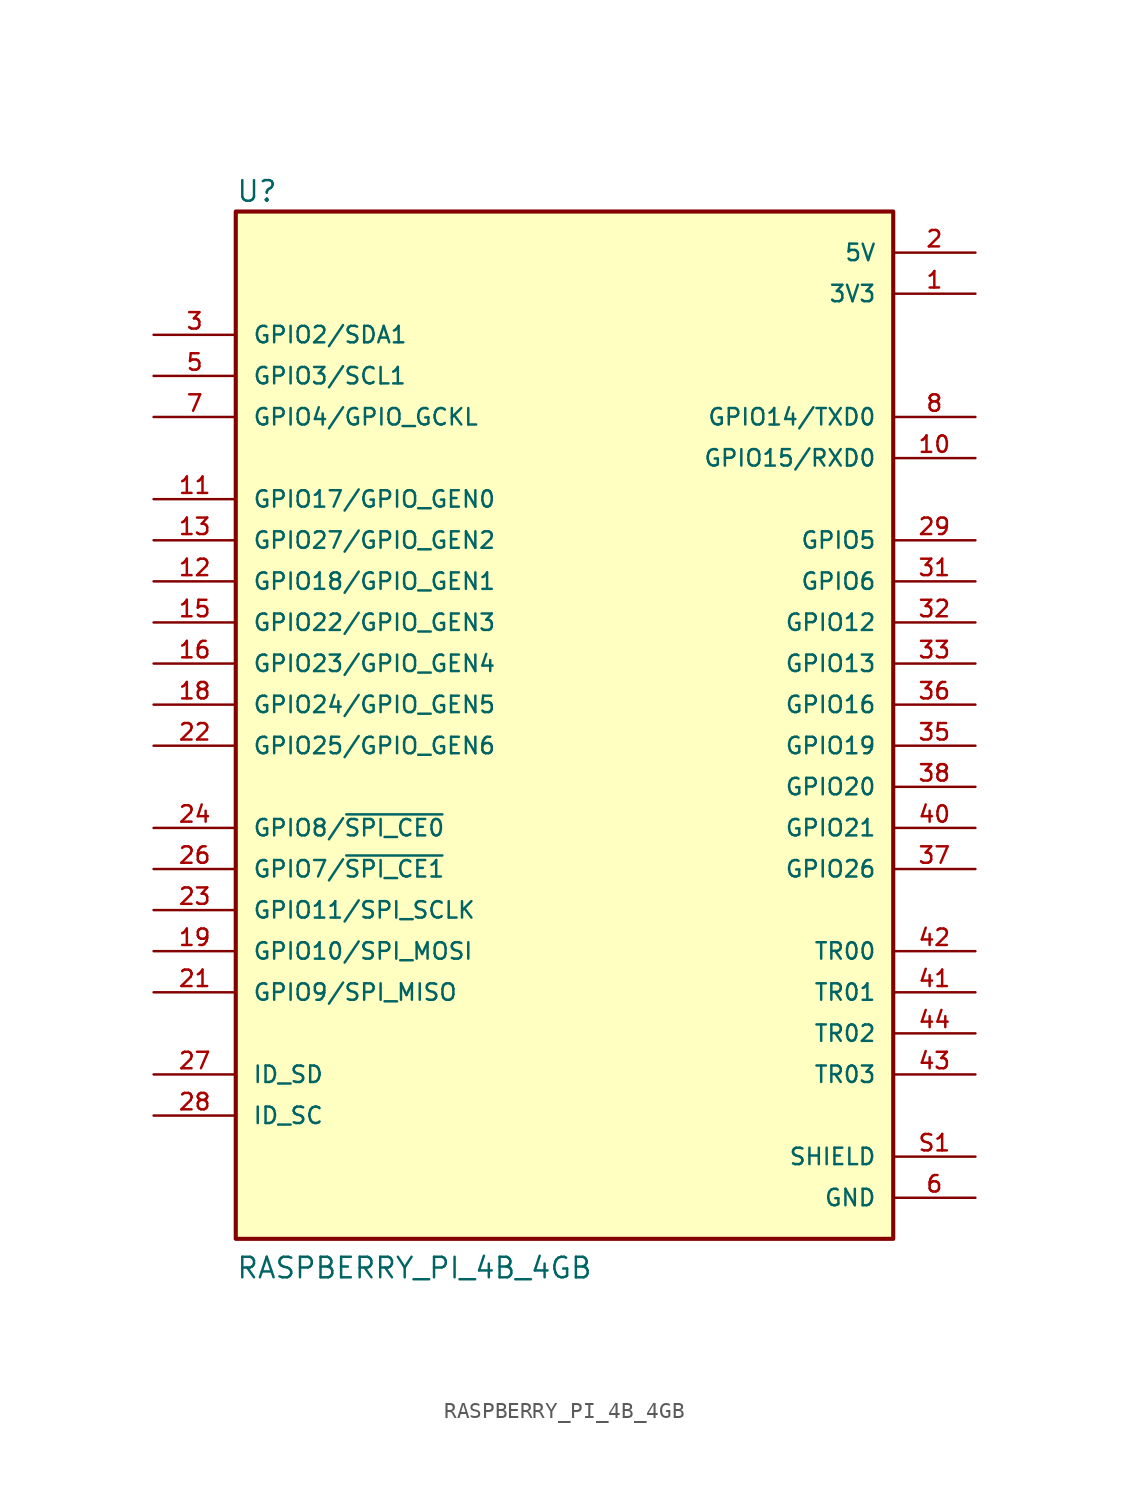
<source format=kicad_sym>
(kicad_symbol_lib
  (version 20211014)
  (generator kicad_symbol_editor)
  (symbol "RASPBERRY_PI_4B_4GB"
    (pin_names
      (offset 1.016))
    (property "Reference" "U"
      (at -20.32 33.528 0)
      (effects (font (size 1.27 1.27)) (justify bottom left)))
    (property "Value" "RASPBERRY_PI_4B_4GB"
      (at -20.32 -33.02 0)
      (effects (font (size 1.27 1.27)) (justify bottom left)))
    (symbol "RASPBERRY_PI_4B_4GB_0_0"
      (rectangle (start -20.32 -30.48) (end 20.32 33.02) (stroke (width 0.254)) (fill (type background)))
      (pin power_in line (at 25.4 30.48 180.0) (length 5.08) (name "5V" (effects (font (size 1.016 1.016)))) (number "2" (effects (font (size 1.016 1.016)))))
      (pin power_in line (at 25.4 30.48 180.0) (length 5.08) hide (name "5V" (effects (font (size 1.016 1.016)))) (number "4" (effects (font (size 1.016 1.016)))))
      (pin power_in line (at 25.4 27.94 180.0) (length 5.08) (name "3V3" (effects (font (size 1.016 1.016)))) (number "1" (effects (font (size 1.016 1.016)))))
      (pin power_in line (at 25.4 27.94 180.0) (length 5.08) hide (name "3V3" (effects (font (size 1.016 1.016)))) (number "17" (effects (font (size 1.016 1.016)))))
      (pin bidirectional line (at -25.4 25.4 0) (length 5.08) (name "GPIO2/SDA1" (effects (font (size 1.016 1.016)))) (number "3" (effects (font (size 1.016 1.016)))))
      (pin bidirectional line (at -25.4 22.86 0) (length 5.08) (name "GPIO3/SCL1" (effects (font (size 1.016 1.016)))) (number "5" (effects (font (size 1.016 1.016)))))
      (pin bidirectional line (at -25.4 20.32 0) (length 5.08) (name "GPIO4/GPIO_GCKL" (effects (font (size 1.016 1.016)))) (number "7" (effects (font (size 1.016 1.016)))))
      (pin bidirectional line (at 25.4 20.32 180.0) (length 5.08) (name "GPIO14/TXD0" (effects (font (size 1.016 1.016)))) (number "8" (effects (font (size 1.016 1.016)))))
      (pin power_in line (at 25.4 -27.94 180.0) (length 5.08) (name "GND" (effects (font (size 1.016 1.016)))) (number "6" (effects (font (size 1.016 1.016)))))
      (pin power_in line (at 25.4 -27.94 180.0) (length 5.08) hide (name "GND" (effects (font (size 1.016 1.016)))) (number "9" (effects (font (size 1.016 1.016)))))
      (pin power_in line (at 25.4 -27.94 180.0) (length 5.08) hide (name "GND" (effects (font (size 1.016 1.016)))) (number "14" (effects (font (size 1.016 1.016)))))
      (pin power_in line (at 25.4 -27.94 180.0) (length 5.08) hide (name "GND" (effects (font (size 1.016 1.016)))) (number "20" (effects (font (size 1.016 1.016)))))
      (pin power_in line (at 25.4 -27.94 180.0) (length 5.08) hide (name "GND" (effects (font (size 1.016 1.016)))) (number "25" (effects (font (size 1.016 1.016)))))
      (pin power_in line (at 25.4 -27.94 180.0) (length 5.08) hide (name "GND" (effects (font (size 1.016 1.016)))) (number "30" (effects (font (size 1.016 1.016)))))
      (pin power_in line (at 25.4 -27.94 180.0) (length 5.08) hide (name "GND" (effects (font (size 1.016 1.016)))) (number "34" (effects (font (size 1.016 1.016)))))
      (pin power_in line (at 25.4 -27.94 180.0) (length 5.08) hide (name "GND" (effects (font (size 1.016 1.016)))) (number "39" (effects (font (size 1.016 1.016)))))
      (pin bidirectional line (at 25.4 17.78 180.0) (length 5.08) (name "GPIO15/RXD0" (effects (font (size 1.016 1.016)))) (number "10" (effects (font (size 1.016 1.016)))))
      (pin bidirectional line (at -25.4 15.24 0) (length 5.08) (name "GPIO17/GPIO_GEN0" (effects (font (size 1.016 1.016)))) (number "11" (effects (font (size 1.016 1.016)))))
      (pin bidirectional line (at -25.4 10.16 0) (length 5.08) (name "GPIO18/GPIO_GEN1" (effects (font (size 1.016 1.016)))) (number "12" (effects (font (size 1.016 1.016)))))
      (pin bidirectional line (at -25.4 12.7 0) (length 5.08) (name "GPIO27/GPIO_GEN2" (effects (font (size 1.016 1.016)))) (number "13" (effects (font (size 1.016 1.016)))))
      (pin bidirectional line (at -25.4 7.62 0) (length 5.08) (name "GPIO22/GPIO_GEN3" (effects (font (size 1.016 1.016)))) (number "15" (effects (font (size 1.016 1.016)))))
      (pin bidirectional line (at -25.4 5.08 0) (length 5.08) (name "GPIO23/GPIO_GEN4" (effects (font (size 1.016 1.016)))) (number "16" (effects (font (size 1.016 1.016)))))
      (pin bidirectional line (at -25.4 2.54 0) (length 5.08) (name "GPIO24/GPIO_GEN5" (effects (font (size 1.016 1.016)))) (number "18" (effects (font (size 1.016 1.016)))))
      (pin bidirectional line (at -25.4 -12.7 0) (length 5.08) (name "GPIO10/SPI_MOSI" (effects (font (size 1.016 1.016)))) (number "19" (effects (font (size 1.016 1.016)))))
      (pin bidirectional line (at -25.4 -15.24 0) (length 5.08) (name "GPIO9/SPI_MISO" (effects (font (size 1.016 1.016)))) (number "21" (effects (font (size 1.016 1.016)))))
      (pin bidirectional line (at -25.4 0.0 0) (length 5.08) (name "GPIO25/GPIO_GEN6" (effects (font (size 1.016 1.016)))) (number "22" (effects (font (size 1.016 1.016)))))
      (pin bidirectional line (at -25.4 -10.16 0) (length 5.08) (name "GPIO11/SPI_SCLK" (effects (font (size 1.016 1.016)))) (number "23" (effects (font (size 1.016 1.016)))))
      (pin bidirectional line (at -25.4 -5.08 0) (length 5.08) (name "GPIO8/~{SPI_CE0}" (effects (font (size 1.016 1.016)))) (number "24" (effects (font (size 1.016 1.016)))))
      (pin bidirectional line (at -25.4 -7.62 0) (length 5.08) (name "GPIO7/~{SPI_CE1}" (effects (font (size 1.016 1.016)))) (number "26" (effects (font (size 1.016 1.016)))))
      (pin bidirectional line (at -25.4 -20.32 0) (length 5.08) (name "ID_SD" (effects (font (size 1.016 1.016)))) (number "27" (effects (font (size 1.016 1.016)))))
      (pin bidirectional line (at -25.4 -22.86 0) (length 5.08) (name "ID_SC" (effects (font (size 1.016 1.016)))) (number "28" (effects (font (size 1.016 1.016)))))
      (pin bidirectional line (at 25.4 12.7 180.0) (length 5.08) (name "GPIO5" (effects (font (size 1.016 1.016)))) (number "29" (effects (font (size 1.016 1.016)))))
      (pin bidirectional line (at 25.4 10.16 180.0) (length 5.08) (name "GPIO6" (effects (font (size 1.016 1.016)))) (number "31" (effects (font (size 1.016 1.016)))))
      (pin bidirectional line (at 25.4 7.62 180.0) (length 5.08) (name "GPIO12" (effects (font (size 1.016 1.016)))) (number "32" (effects (font (size 1.016 1.016)))))
      (pin bidirectional line (at 25.4 5.08 180.0) (length 5.08) (name "GPIO13" (effects (font (size 1.016 1.016)))) (number "33" (effects (font (size 1.016 1.016)))))
      (pin bidirectional line (at 25.4 0.0 180.0) (length 5.08) (name "GPIO19" (effects (font (size 1.016 1.016)))) (number "35" (effects (font (size 1.016 1.016)))))
      (pin bidirectional line (at 25.4 2.54 180.0) (length 5.08) (name "GPIO16" (effects (font (size 1.016 1.016)))) (number "36" (effects (font (size 1.016 1.016)))))
      (pin bidirectional line (at 25.4 -7.62 180.0) (length 5.08) (name "GPIO26" (effects (font (size 1.016 1.016)))) (number "37" (effects (font (size 1.016 1.016)))))
      (pin bidirectional line (at 25.4 -2.54 180.0) (length 5.08) (name "GPIO20" (effects (font (size 1.016 1.016)))) (number "38" (effects (font (size 1.016 1.016)))))
      (pin bidirectional line (at 25.4 -5.08 180.0) (length 5.08) (name "GPIO21" (effects (font (size 1.016 1.016)))) (number "40" (effects (font (size 1.016 1.016)))))
      (pin power_in line (at 25.4 -25.4 180.0) (length 5.08) (name "SHIELD" (effects (font (size 1.016 1.016)))) (number "S1" (effects (font (size 1.016 1.016)))))
      (pin power_in line (at 25.4 -25.4 180.0) (length 5.08) hide (name "SHIELD" (effects (font (size 1.016 1.016)))) (number "S2" (effects (font (size 1.016 1.016)))))
      (pin power_in line (at 25.4 -25.4 180.0) (length 5.08) hide (name "SHIELD" (effects (font (size 1.016 1.016)))) (number "S3" (effects (font (size 1.016 1.016)))))
      (pin power_in line (at 25.4 -25.4 180.0) (length 5.08) hide (name "SHIELD" (effects (font (size 1.016 1.016)))) (number "S4" (effects (font (size 1.016 1.016)))))
      (pin bidirectional line (at 25.4 -17.78 180.0) (length 5.08) (name "TR02" (effects (font (size 1.016 1.016)))) (number "44" (effects (font (size 1.016 1.016)))))
      (pin bidirectional line (at 25.4 -15.24 180.0) (length 5.08) (name "TR01" (effects (font (size 1.016 1.016)))) (number "41" (effects (font (size 1.016 1.016)))))
      (pin bidirectional line (at 25.4 -12.7 180.0) (length 5.08) (name "TR00" (effects (font (size 1.016 1.016)))) (number "42" (effects (font (size 1.016 1.016)))))
      (pin bidirectional line (at 25.4 -20.32 180.0) (length 5.08) (name "TR03" (effects (font (size 1.016 1.016)))) (number "43" (effects (font (size 1.016 1.016))))))))
</source>
